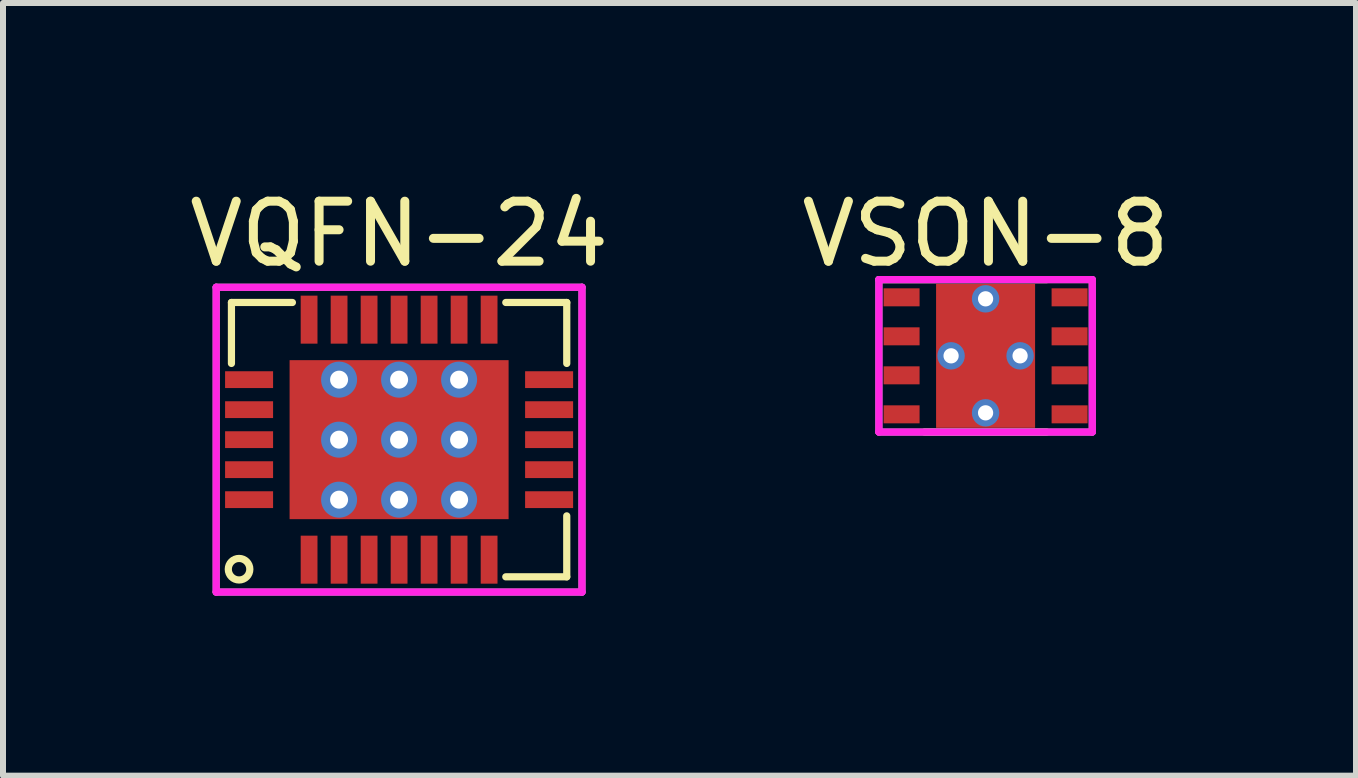
<source format=kicad_pcb>
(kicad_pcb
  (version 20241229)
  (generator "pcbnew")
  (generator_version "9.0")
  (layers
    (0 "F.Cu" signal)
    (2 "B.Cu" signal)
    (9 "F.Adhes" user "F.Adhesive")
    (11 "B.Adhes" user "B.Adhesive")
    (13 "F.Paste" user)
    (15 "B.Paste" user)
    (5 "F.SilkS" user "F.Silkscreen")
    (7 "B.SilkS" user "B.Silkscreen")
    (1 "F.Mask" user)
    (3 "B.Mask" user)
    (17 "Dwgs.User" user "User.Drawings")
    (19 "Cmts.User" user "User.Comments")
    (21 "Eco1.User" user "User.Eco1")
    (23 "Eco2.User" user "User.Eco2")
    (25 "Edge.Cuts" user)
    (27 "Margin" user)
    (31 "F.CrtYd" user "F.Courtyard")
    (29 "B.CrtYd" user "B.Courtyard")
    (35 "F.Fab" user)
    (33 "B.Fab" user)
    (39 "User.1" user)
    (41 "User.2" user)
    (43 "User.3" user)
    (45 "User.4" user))
  (footprint "VQFN-24"
    (layer "F.Cu")
    (at 3.601 4.277)
    (property "Reference" "VQFN-24" (at 0 -3.429 0) (layer "F.SilkS") (effects (font (size 1 1) (thickness 0.15))))
    (attr through_hole)
    (fp_line (start -2.794 -2.286) (end -2.794 -1.27) (stroke (width 0.12) (type solid)) (layer "F.SilkS"))
    (fp_line (start -1.778 -2.286) (end -2.794 -2.286) (stroke (width 0.12) (type solid)) (layer "F.SilkS"))
    (fp_line (start 2.794 -2.286) (end 1.778 -2.286) (stroke (width 0.12) (type solid)) (layer "F.SilkS"))
    (fp_line (start 2.794 -1.27) (end 2.794 -2.286) (stroke (width 0.12) (type solid)) (layer "F.SilkS"))
    (fp_line (start 2.794 1.27) (end 2.794 2.286) (stroke (width 0.12) (type solid)) (layer "F.SilkS"))
    (fp_line (start 2.794 2.286) (end 1.778 2.286) (stroke (width 0.12) (type solid)) (layer "F.SilkS"))
    (fp_circle (center -2.667 2.159) (end -2.54 2.286) (stroke (width 0.12) (type solid)) (fill no) (layer "F.SilkS"))
    (fp_line (start -3.048 -2.54) (end 3.048 -2.54) (stroke (width 0.12) (type solid)) (layer "F.CrtYd"))
    (fp_line (start -3.048 2.54) (end -3.048 -2.54) (stroke (width 0.12) (type solid)) (layer "F.CrtYd"))
    (fp_line (start -3.048 2.54) (end 3.048 2.54) (stroke (width 0.12) (type solid)) (layer "F.CrtYd"))
    (fp_line (start 3.048 2.54) (end 3.048 -2.54) (stroke (width 0.12) (type solid)) (layer "F.CrtYd"))
    (fp_line (start -3.048 -2.54) (end -3.048 2.54) (stroke (width 0.12) (type solid)) (layer "F.Fab"))
    (fp_line (start -3.048 2.54) (end 3.048 2.54) (stroke (width 0.12) (type solid)) (layer "F.Fab"))
    (fp_line (start 3.048 -2.54) (end -3.048 -2.54) (stroke (width 0.12) (type solid)) (layer "F.Fab"))
    (fp_line (start 3.048 2.54) (end 3.048 -2.54) (stroke (width 0.12) (type solid)) (layer "F.Fab"))
    (pad "" smd rect (at -0.85 -0.7 180) (size 1.4 1.1) (layers "F.Paste"))
    (pad "" smd rect (at -0.85 0.7 180) (size 1.4 1.1) (layers "F.Paste"))
    (pad "" smd rect (at 0.85 -0.7 180) (size 1.4 1.1) (layers "F.Paste"))
    (pad "" smd rect (at 0.85 0.7 180) (size 1.4 1.1) (layers "F.Paste"))
    (pad "1" smd rect (at -1.5 2) (size 0.28 0.8) (layers "F.Cu" "F.Mask" "F.Paste"))
    (pad "2" smd rect (at -1 2) (size 0.28 0.8) (layers "F.Cu" "F.Mask" "F.Paste"))
    (pad "3" smd rect (at -0.5 2) (size 0.28 0.8) (layers "F.Cu" "F.Mask" "F.Paste"))
    (pad "4" smd rect (at 0 2) (size 0.28 0.8) (layers "F.Cu" "F.Mask" "F.Paste"))
    (pad "5" smd rect (at 0.5 2) (size 0.28 0.8) (layers "F.Cu" "F.Mask" "F.Paste"))
    (pad "6" smd rect (at 1 2) (size 0.28 0.8) (layers "F.Cu" "F.Mask" "F.Paste"))
    (pad "7" smd rect (at 1.5 2) (size 0.28 0.8) (layers "F.Cu" "F.Mask" "F.Paste"))
    (pad "8" smd rect (at 2.5 1 90) (size 0.28 0.8) (layers "F.Cu" "F.Mask" "F.Paste"))
    (pad "9" smd rect (at 2.5 0.5 90) (size 0.28 0.8) (layers "F.Cu" "F.Mask" "F.Paste"))
    (pad "10" smd rect (at 2.5 0 90) (size 0.28 0.8) (layers "F.Cu" "F.Mask" "F.Paste"))
    (pad "11" smd rect (at 2.5 -0.5 90) (size 0.28 0.8) (layers "F.Cu" "F.Mask" "F.Paste"))
    (pad "12" smd rect (at 2.5 -1 90) (size 0.28 0.8) (layers "F.Cu" "F.Mask" "F.Paste"))
    (pad "13" smd rect (at 1.5 -2) (size 0.28 0.8) (layers "F.Cu" "F.Mask" "F.Paste"))
    (pad "14" smd rect (at 1 -2) (size 0.28 0.8) (layers "F.Cu" "F.Mask" "F.Paste"))
    (pad "15" smd rect (at 0.5 -2) (size 0.28 0.8) (layers "F.Cu" "F.Mask" "F.Paste"))
    (pad "16" smd rect (at 0 -2) (size 0.28 0.8) (layers "F.Cu" "F.Mask" "F.Paste"))
    (pad "17" smd rect (at -0.5 -2) (size 0.28 0.8) (layers "F.Cu" "F.Mask" "F.Paste"))
    (pad "18" smd rect (at -1 -2) (size 0.28 0.8) (layers "F.Cu" "F.Mask" "F.Paste"))
    (pad "19" smd rect (at -1.5 -2) (size 0.28 0.8) (layers "F.Cu" "F.Mask" "F.Paste"))
    (pad "20" smd rect (at -2.5 -1 90) (size 0.28 0.8) (layers "F.Cu" "F.Mask" "F.Paste"))
    (pad "21" smd rect (at -2.5 -0.5 90) (size 0.28 0.8) (layers "F.Cu" "F.Mask" "F.Paste"))
    (pad "22" smd rect (at -2.5 0 270) (size 0.28 0.8) (layers "F.Cu" "F.Mask" "F.Paste"))
    (pad "23" smd rect (at -2.5 0.5 90) (size 0.28 0.8) (layers "F.Cu" "F.Mask" "F.Paste"))
    (pad "24" smd rect (at -2.5 1 90) (size 0.28 0.8) (layers "F.Cu" "F.Mask" "F.Paste"))
    (pad "25" thru_hole circle (at -1 -1 180) (size 0.6 0.6) (drill 0.3) (layers "*.Cu"))
    (pad "25" thru_hole circle (at -1 0 180) (size 0.6 0.6) (drill 0.3) (layers "*.Cu"))
    (pad "25" thru_hole circle (at -1 1 180) (size 0.6 0.6) (drill 0.3) (layers "*.Cu"))
    (pad "25" thru_hole circle (at 0 -1 180) (size 0.6 0.6) (drill 0.3) (layers "*.Cu"))
    (pad "25" thru_hole circle (at 0 0 180) (size 0.6 0.6) (drill 0.3) (layers "*.Cu"))
    (pad "25" smd rect (at 0 0 180) (size 3.65 2.65) (layers "F.Cu" "F.Mask"))
    (pad "25" thru_hole circle (at 0 1 180) (size 0.6 0.6) (drill 0.3) (layers "*.Cu"))
    (pad "25" thru_hole circle (at 1 -1 180) (size 0.6 0.6) (drill 0.3) (layers "*.Cu"))
    (pad "25" thru_hole circle (at 1 0 180) (size 0.6 0.6) (drill 0.3) (layers "*.Cu"))
    (pad "25" thru_hole circle (at 1 1 180) (size 0.6 0.6) (drill 0.3) (layers "*.Cu")))
  (footprint "VSON-8"
    (layer "F.Cu")
    (at 13.375 2.88)
    (property "Reference" "VSON-8" (at 0 -2.032 0) (layer "F.SilkS") (effects (font (size 1 1) (thickness 0.15))))
    (attr through_hole)
    (fp_line (start -1.016 1.27) (end 1.016 1.27) (stroke (width 0.12) (type solid)) (layer "F.SilkS"))
    (fp_line (start 1.016 -1.27) (end -1.778 -1.27) (stroke (width 0.12) (type solid)) (layer "F.SilkS"))
    (fp_line (start -1.778 -1.27) (end -1.778 1.27) (stroke (width 0.12) (type solid)) (layer "F.CrtYd"))
    (fp_line (start -1.778 1.27) (end 1.778 1.27) (stroke (width 0.12) (type solid)) (layer "F.CrtYd"))
    (fp_line (start 1.778 -1.27) (end -1.778 -1.27) (stroke (width 0.12) (type solid)) (layer "F.CrtYd"))
    (fp_line (start 1.778 1.27) (end 1.778 -1.27) (stroke (width 0.12) (type solid)) (layer "F.CrtYd"))
    (fp_line (start -1.778 -1.27) (end -1.778 1.27) (stroke (width 0.12) (type solid)) (layer "F.Fab"))
    (fp_line (start -1.778 1.27) (end 1.778 1.27) (stroke (width 0.12) (type solid)) (layer "F.Fab"))
    (fp_line (start 1.778 -1.27) (end -1.778 -1.27) (stroke (width 0.12) (type solid)) (layer "F.Fab"))
    (fp_line (start 1.778 1.27) (end 1.778 -1.27) (stroke (width 0.12) (type solid)) (layer "F.Fab"))
    (pad "1" smd rect (at -1.4 -0.975) (size 0.6 0.3) (layers "F.Cu" "F.Mask" "F.Paste"))
    (pad "2" smd rect (at -1.4 -0.325) (size 0.6 0.3) (layers "F.Cu" "F.Mask" "F.Paste"))
    (pad "3" smd rect (at -1.4 0.325) (size 0.6 0.3) (layers "F.Cu" "F.Mask" "F.Paste"))
    (pad "4" smd rect (at -1.4 0.975) (size 0.6 0.3) (layers "F.Cu" "F.Mask" "F.Paste"))
    (pad "5" smd rect (at 1.4 0.975) (size 0.6 0.3) (layers "F.Cu" "F.Mask" "F.Paste"))
    (pad "6" smd rect (at 1.4 0.325) (size 0.6 0.3) (layers "F.Cu" "F.Mask" "F.Paste"))
    (pad "7" smd rect (at 1.4 -0.325) (size 0.6 0.3) (layers "F.Cu" "F.Mask" "F.Paste"))
    (pad "8" smd rect (at 1.4 -0.975) (size 0.6 0.3) (layers "F.Cu" "F.Mask" "F.Paste"))
    (pad "9" thru_hole circle (at -0.575 0) (size 0.457 0.457) (drill 0.254) (layers "*.Cu"))
    (pad "9" thru_hole circle (at 0 -0.95) (size 0.457 0.457) (drill 0.254) (layers "*.Cu"))
    (pad "9" smd rect (at 0 0) (size 1.65 2.4) (layers "F.Cu" "F.Mask" "F.Paste"))
    (pad "9" thru_hole circle (at 0 0.95) (size 0.457 0.457) (drill 0.254) (layers "*.Cu"))
    (pad "9" thru_hole circle (at 0.575 0) (size 0.457 0.457) (drill 0.254) (layers "*.Cu")))
  (gr_rect
    (start -3 -3)
    (end 19.548 9.877)
    (stroke (width 0.1) (type default))
    (fill no)
    (layer "Edge.Cuts")))
</source>
